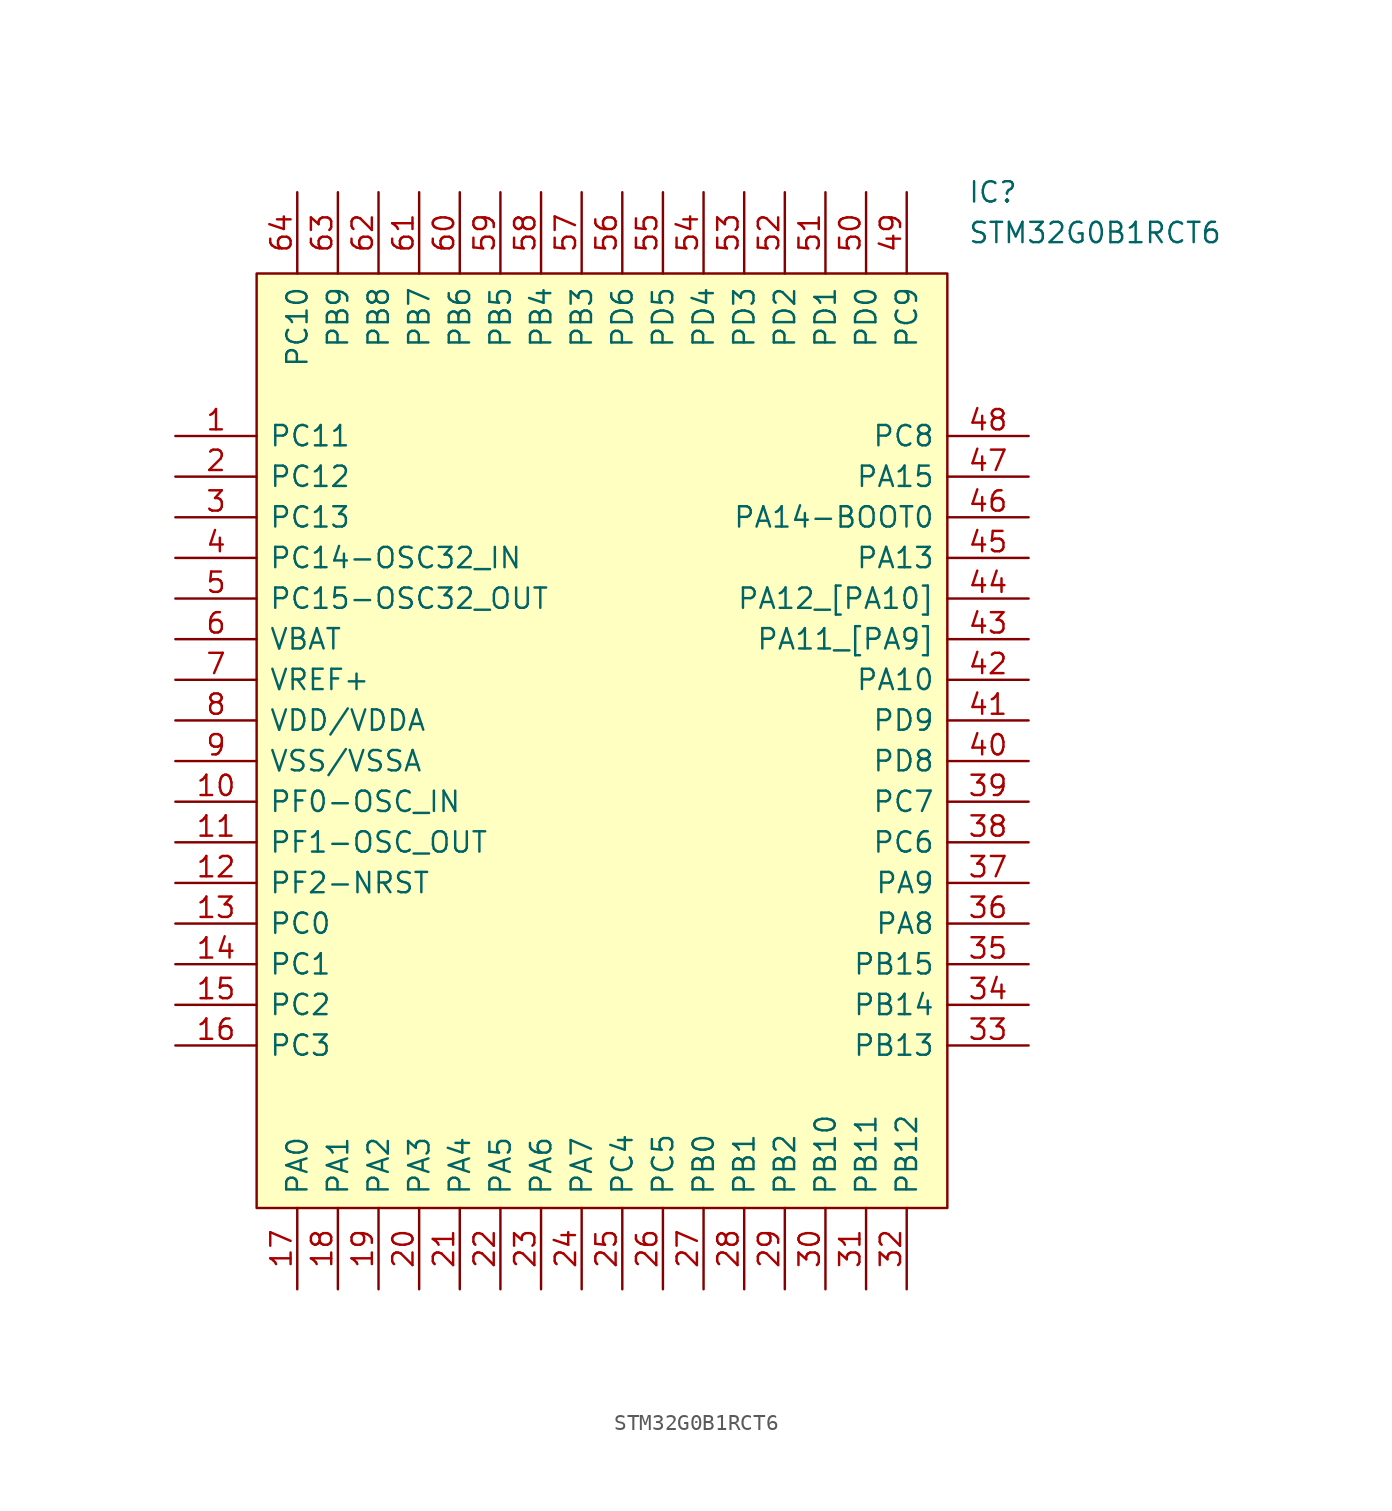
<source format=kicad_sym>
(kicad_symbol_lib
  (version 20211014)
  (generator kicad_symbol_editor)
  (symbol "STM32G0B1RCT6"
    (pin_names
      (offset 0.762))
    (property "Reference" "IC"
      (at 49.53 15.24 0)
      (effects (font (size 1.27 1.27)) (justify left)))
    (property "Value" "STM32G0B1RCT6"
      (at 49.53 12.7 0)
      (effects (font (size 1.27 1.27)) (justify left)))
    (symbol "STM32G0B1RCT6_0_0"
      (pin passive line (at 0 0 0) (length 5.08) (name "PC11" (effects (font (size 1.27 1.27)))) (number "1" (effects (font (size 1.27 1.27)))))
      (pin passive line (at 0 -22.86 0) (length 5.08) (name "PF0-OSC_IN" (effects (font (size 1.27 1.27)))) (number "10" (effects (font (size 1.27 1.27)))))
      (pin passive line (at 0 -25.4 0) (length 5.08) (name "PF1-OSC_OUT" (effects (font (size 1.27 1.27)))) (number "11" (effects (font (size 1.27 1.27)))))
      (pin passive line (at 0 -27.94 0) (length 5.08) (name "PF2-NRST" (effects (font (size 1.27 1.27)))) (number "12" (effects (font (size 1.27 1.27)))))
      (pin passive line (at 0 -30.48 0) (length 5.08) (name "PC0" (effects (font (size 1.27 1.27)))) (number "13" (effects (font (size 1.27 1.27)))))
      (pin passive line (at 0 -33.02 0) (length 5.08) (name "PC1" (effects (font (size 1.27 1.27)))) (number "14" (effects (font (size 1.27 1.27)))))
      (pin passive line (at 0 -35.56 0) (length 5.08) (name "PC2" (effects (font (size 1.27 1.27)))) (number "15" (effects (font (size 1.27 1.27)))))
      (pin passive line (at 0 -38.1 0) (length 5.08) (name "PC3" (effects (font (size 1.27 1.27)))) (number "16" (effects (font (size 1.27 1.27)))))
      (pin passive line (at 7.62 -53.34 90) (length 5.08) (name "PA0" (effects (font (size 1.27 1.27)))) (number "17" (effects (font (size 1.27 1.27)))))
      (pin passive line (at 10.16 -53.34 90) (length 5.08) (name "PA1" (effects (font (size 1.27 1.27)))) (number "18" (effects (font (size 1.27 1.27)))))
      (pin passive line (at 12.7 -53.34 90) (length 5.08) (name "PA2" (effects (font (size 1.27 1.27)))) (number "19" (effects (font (size 1.27 1.27)))))
      (pin passive line (at 0 -2.54 0) (length 5.08) (name "PC12" (effects (font (size 1.27 1.27)))) (number "2" (effects (font (size 1.27 1.27)))))
      (pin passive line (at 15.24 -53.34 90) (length 5.08) (name "PA3" (effects (font (size 1.27 1.27)))) (number "20" (effects (font (size 1.27 1.27)))))
      (pin passive line (at 17.78 -53.34 90) (length 5.08) (name "PA4" (effects (font (size 1.27 1.27)))) (number "21" (effects (font (size 1.27 1.27)))))
      (pin passive line (at 20.32 -53.34 90) (length 5.08) (name "PA5" (effects (font (size 1.27 1.27)))) (number "22" (effects (font (size 1.27 1.27)))))
      (pin passive line (at 22.86 -53.34 90) (length 5.08) (name "PA6" (effects (font (size 1.27 1.27)))) (number "23" (effects (font (size 1.27 1.27)))))
      (pin passive line (at 25.4 -53.34 90) (length 5.08) (name "PA7" (effects (font (size 1.27 1.27)))) (number "24" (effects (font (size 1.27 1.27)))))
      (pin passive line (at 27.94 -53.34 90) (length 5.08) (name "PC4" (effects (font (size 1.27 1.27)))) (number "25" (effects (font (size 1.27 1.27)))))
      (pin passive line (at 30.48 -53.34 90) (length 5.08) (name "PC5" (effects (font (size 1.27 1.27)))) (number "26" (effects (font (size 1.27 1.27)))))
      (pin passive line (at 33.02 -53.34 90) (length 5.08) (name "PB0" (effects (font (size 1.27 1.27)))) (number "27" (effects (font (size 1.27 1.27)))))
      (pin passive line (at 35.56 -53.34 90) (length 5.08) (name "PB1" (effects (font (size 1.27 1.27)))) (number "28" (effects (font (size 1.27 1.27)))))
      (pin passive line (at 38.1 -53.34 90) (length 5.08) (name "PB2" (effects (font (size 1.27 1.27)))) (number "29" (effects (font (size 1.27 1.27)))))
      (pin passive line (at 0 -5.08 0) (length 5.08) (name "PC13" (effects (font (size 1.27 1.27)))) (number "3" (effects (font (size 1.27 1.27)))))
      (pin passive line (at 40.64 -53.34 90) (length 5.08) (name "PB10" (effects (font (size 1.27 1.27)))) (number "30" (effects (font (size 1.27 1.27)))))
      (pin passive line (at 43.18 -53.34 90) (length 5.08) (name "PB11" (effects (font (size 1.27 1.27)))) (number "31" (effects (font (size 1.27 1.27)))))
      (pin passive line (at 45.72 -53.34 90) (length 5.08) (name "PB12" (effects (font (size 1.27 1.27)))) (number "32" (effects (font (size 1.27 1.27)))))
      (pin passive line (at 53.34 -38.1 180) (length 5.08) (name "PB13" (effects (font (size 1.27 1.27)))) (number "33" (effects (font (size 1.27 1.27)))))
      (pin passive line (at 53.34 -35.56 180) (length 5.08) (name "PB14" (effects (font (size 1.27 1.27)))) (number "34" (effects (font (size 1.27 1.27)))))
      (pin passive line (at 53.34 -33.02 180) (length 5.08) (name "PB15" (effects (font (size 1.27 1.27)))) (number "35" (effects (font (size 1.27 1.27)))))
      (pin passive line (at 53.34 -30.48 180) (length 5.08) (name "PA8" (effects (font (size 1.27 1.27)))) (number "36" (effects (font (size 1.27 1.27)))))
      (pin passive line (at 53.34 -27.94 180) (length 5.08) (name "PA9" (effects (font (size 1.27 1.27)))) (number "37" (effects (font (size 1.27 1.27)))))
      (pin passive line (at 53.34 -25.4 180) (length 5.08) (name "PC6" (effects (font (size 1.27 1.27)))) (number "38" (effects (font (size 1.27 1.27)))))
      (pin passive line (at 53.34 -22.86 180) (length 5.08) (name "PC7" (effects (font (size 1.27 1.27)))) (number "39" (effects (font (size 1.27 1.27)))))
      (pin passive line (at 0 -7.62 0) (length 5.08) (name "PC14-OSC32_IN" (effects (font (size 1.27 1.27)))) (number "4" (effects (font (size 1.27 1.27)))))
      (pin passive line (at 53.34 -20.32 180) (length 5.08) (name "PD8" (effects (font (size 1.27 1.27)))) (number "40" (effects (font (size 1.27 1.27)))))
      (pin passive line (at 53.34 -17.78 180) (length 5.08) (name "PD9" (effects (font (size 1.27 1.27)))) (number "41" (effects (font (size 1.27 1.27)))))
      (pin passive line (at 53.34 -15.24 180) (length 5.08) (name "PA10" (effects (font (size 1.27 1.27)))) (number "42" (effects (font (size 1.27 1.27)))))
      (pin passive line (at 53.34 -12.7 180) (length 5.08) (name "PA11_[PA9]" (effects (font (size 1.27 1.27)))) (number "43" (effects (font (size 1.27 1.27)))))
      (pin passive line (at 53.34 -10.16 180) (length 5.08) (name "PA12_[PA10]" (effects (font (size 1.27 1.27)))) (number "44" (effects (font (size 1.27 1.27)))))
      (pin passive line (at 53.34 -7.62 180) (length 5.08) (name "PA13" (effects (font (size 1.27 1.27)))) (number "45" (effects (font (size 1.27 1.27)))))
      (pin passive line (at 53.34 -5.08 180) (length 5.08) (name "PA14-BOOT0" (effects (font (size 1.27 1.27)))) (number "46" (effects (font (size 1.27 1.27)))))
      (pin passive line (at 53.34 -2.54 180) (length 5.08) (name "PA15" (effects (font (size 1.27 1.27)))) (number "47" (effects (font (size 1.27 1.27)))))
      (pin passive line (at 53.34 0 180) (length 5.08) (name "PC8" (effects (font (size 1.27 1.27)))) (number "48" (effects (font (size 1.27 1.27)))))
      (pin passive line (at 45.72 15.24 270) (length 5.08) (name "PC9" (effects (font (size 1.27 1.27)))) (number "49" (effects (font (size 1.27 1.27)))))
      (pin passive line (at 0 -10.16 0) (length 5.08) (name "PC15-OSC32_OUT" (effects (font (size 1.27 1.27)))) (number "5" (effects (font (size 1.27 1.27)))))
      (pin passive line (at 43.18 15.24 270) (length 5.08) (name "PD0" (effects (font (size 1.27 1.27)))) (number "50" (effects (font (size 1.27 1.27)))))
      (pin passive line (at 40.64 15.24 270) (length 5.08) (name "PD1" (effects (font (size 1.27 1.27)))) (number "51" (effects (font (size 1.27 1.27)))))
      (pin passive line (at 38.1 15.24 270) (length 5.08) (name "PD2" (effects (font (size 1.27 1.27)))) (number "52" (effects (font (size 1.27 1.27)))))
      (pin passive line (at 35.56 15.24 270) (length 5.08) (name "PD3" (effects (font (size 1.27 1.27)))) (number "53" (effects (font (size 1.27 1.27)))))
      (pin passive line (at 33.02 15.24 270) (length 5.08) (name "PD4" (effects (font (size 1.27 1.27)))) (number "54" (effects (font (size 1.27 1.27)))))
      (pin passive line (at 30.48 15.24 270) (length 5.08) (name "PD5" (effects (font (size 1.27 1.27)))) (number "55" (effects (font (size 1.27 1.27)))))
      (pin passive line (at 27.94 15.24 270) (length 5.08) (name "PD6" (effects (font (size 1.27 1.27)))) (number "56" (effects (font (size 1.27 1.27)))))
      (pin passive line (at 25.4 15.24 270) (length 5.08) (name "PB3" (effects (font (size 1.27 1.27)))) (number "57" (effects (font (size 1.27 1.27)))))
      (pin passive line (at 22.86 15.24 270) (length 5.08) (name "PB4" (effects (font (size 1.27 1.27)))) (number "58" (effects (font (size 1.27 1.27)))))
      (pin passive line (at 20.32 15.24 270) (length 5.08) (name "PB5" (effects (font (size 1.27 1.27)))) (number "59" (effects (font (size 1.27 1.27)))))
      (pin passive line (at 0 -12.7 0) (length 5.08) (name "VBAT" (effects (font (size 1.27 1.27)))) (number "6" (effects (font (size 1.27 1.27)))))
      (pin passive line (at 17.78 15.24 270) (length 5.08) (name "PB6" (effects (font (size 1.27 1.27)))) (number "60" (effects (font (size 1.27 1.27)))))
      (pin passive line (at 15.24 15.24 270) (length 5.08) (name "PB7" (effects (font (size 1.27 1.27)))) (number "61" (effects (font (size 1.27 1.27)))))
      (pin passive line (at 12.7 15.24 270) (length 5.08) (name "PB8" (effects (font (size 1.27 1.27)))) (number "62" (effects (font (size 1.27 1.27)))))
      (pin passive line (at 10.16 15.24 270) (length 5.08) (name "PB9" (effects (font (size 1.27 1.27)))) (number "63" (effects (font (size 1.27 1.27)))))
      (pin passive line (at 7.62 15.24 270) (length 5.08) (name "PC10" (effects (font (size 1.27 1.27)))) (number "64" (effects (font (size 1.27 1.27)))))
      (pin passive line (at 0 -15.24 0) (length 5.08) (name "VREF+" (effects (font (size 1.27 1.27)))) (number "7" (effects (font (size 1.27 1.27)))))
      (pin passive line (at 0 -17.78 0) (length 5.08) (name "VDD/VDDA" (effects (font (size 1.27 1.27)))) (number "8" (effects (font (size 1.27 1.27)))))
      (pin passive line (at 0 -20.32 0) (length 5.08) (name "VSS/VSSA" (effects (font (size 1.27 1.27)))) (number "9" (effects (font (size 1.27 1.27))))))
    (symbol "STM32G0B1RCT6_0_1"
      (polyline (pts (xy 5.08 10.16) (xy 48.26 10.16) (xy 48.26 -48.26) (xy 5.08 -48.26) (xy 5.08 10.16)) (stroke (width 0.152) (type default) (color 0 0 0 0)) (fill (type background))))))
</source>
